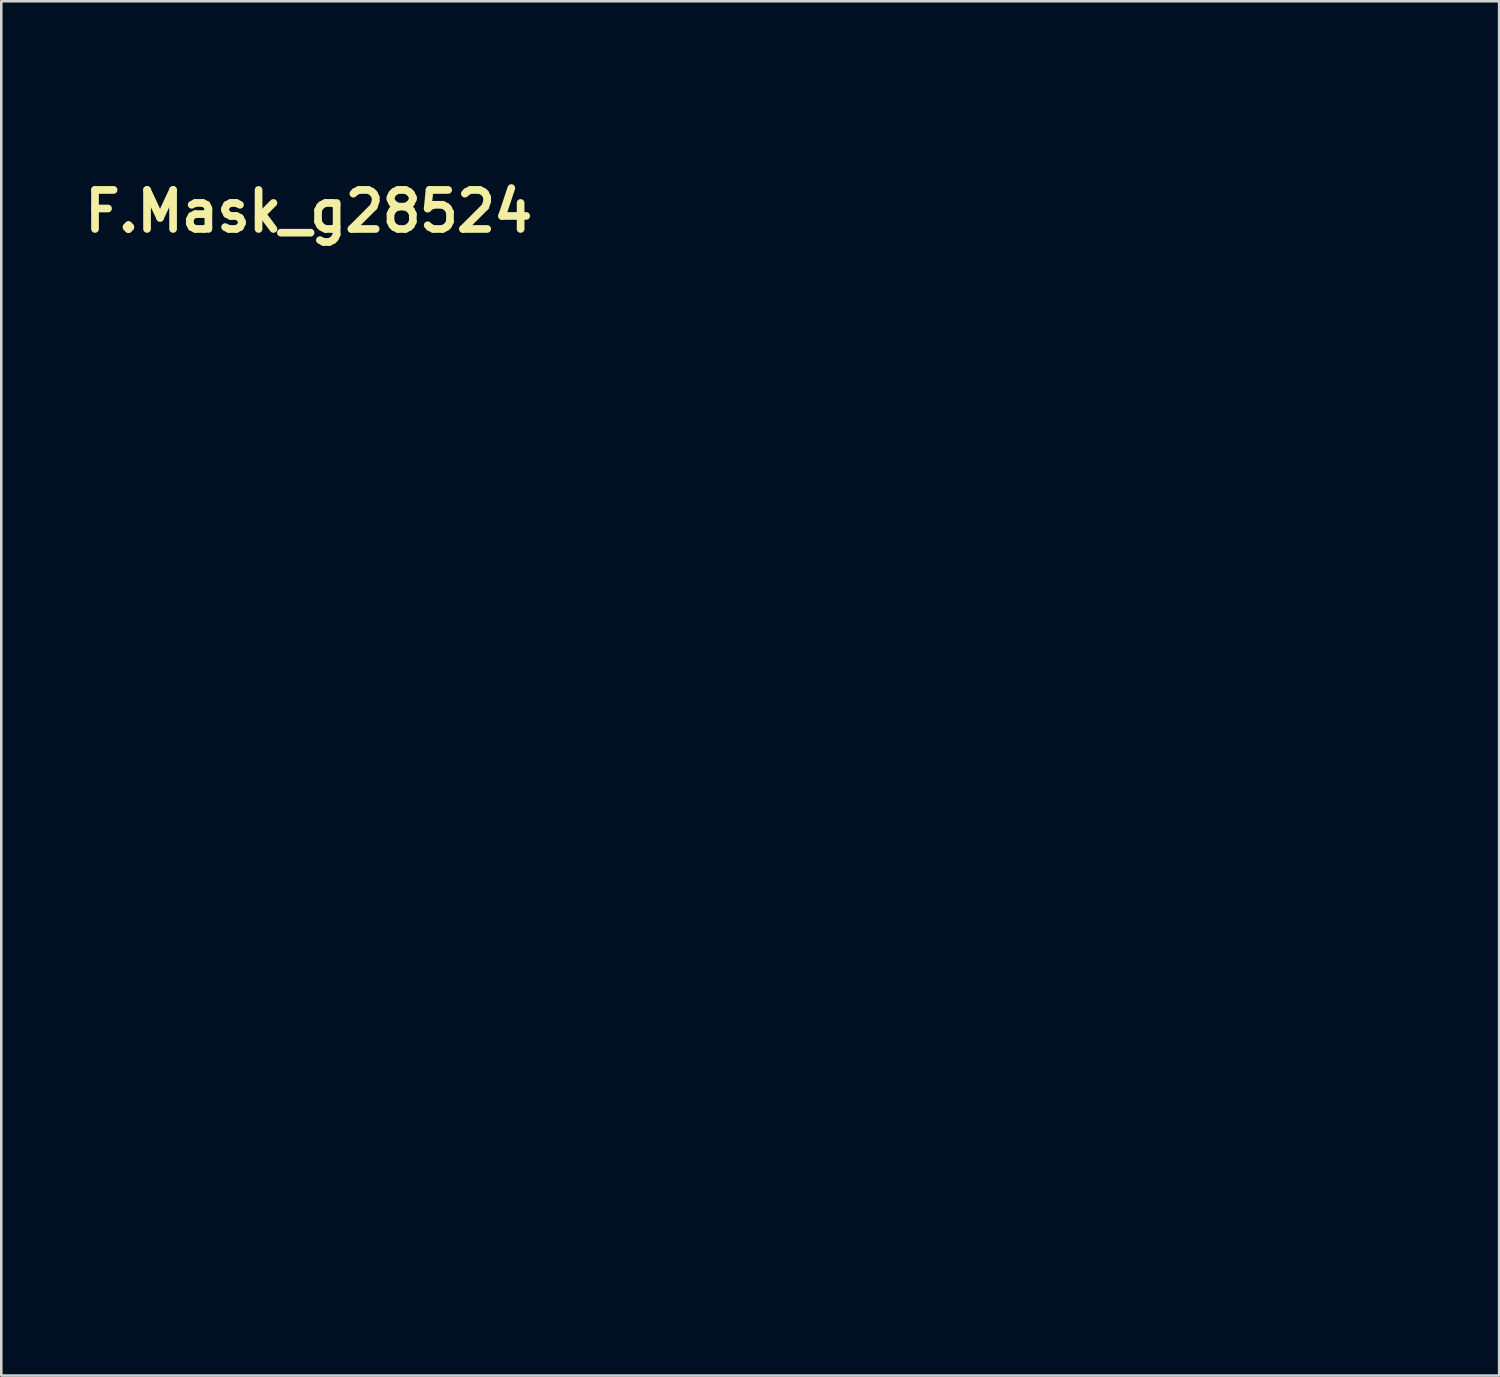
<source format=kicad_pcb>
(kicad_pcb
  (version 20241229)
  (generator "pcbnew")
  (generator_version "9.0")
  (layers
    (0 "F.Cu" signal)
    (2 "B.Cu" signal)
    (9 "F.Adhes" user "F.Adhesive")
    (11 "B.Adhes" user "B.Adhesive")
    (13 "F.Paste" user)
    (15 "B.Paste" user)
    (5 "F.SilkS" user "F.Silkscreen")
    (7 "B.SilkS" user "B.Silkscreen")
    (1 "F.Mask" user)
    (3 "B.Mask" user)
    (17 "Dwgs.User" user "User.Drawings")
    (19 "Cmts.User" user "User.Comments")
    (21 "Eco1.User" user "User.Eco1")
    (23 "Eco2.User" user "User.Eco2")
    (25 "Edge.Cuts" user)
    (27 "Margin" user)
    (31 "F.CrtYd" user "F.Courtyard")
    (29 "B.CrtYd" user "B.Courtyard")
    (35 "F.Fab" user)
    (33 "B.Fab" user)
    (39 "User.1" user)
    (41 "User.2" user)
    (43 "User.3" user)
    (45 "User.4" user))
  (footprint "F.Mask_g28524"
    (layer "F.Cu")
    (at 9.006 5.201)
    (property "Reference" "F.Mask_g28524" (at 0 0 0) (layer "F.SilkS") (effects (font (size 1.524 1.524) (thickness 0.3))))
    (attr through_hole)
    (fp_poly (pts (xy 40.063 12.781) (xy 40.375 12.859) (xy 40.673 12.976) (xy 40.89 13.092) (xy 41.205 13.301) (xy 41.485 13.535) (xy 41.73 13.794) (xy 41.942 14.078) (xy 42.121 14.387) (xy 42.266 14.723) (xy 42.303 14.828) (xy 42.376 15.066) (xy 42.434 15.303) (xy 42.477 15.548) (xy 42.509 15.811) (xy 42.53 16.1) (xy 42.538 16.32) (xy 42.539 16.75) (xy 42.517 17.198) (xy 42.473 17.667) (xy 42.405 18.158) (xy 42.313 18.676) (xy 42.198 19.22) (xy 42.058 19.796) (xy 41.955 20.182) (xy 41.871 20.481) (xy 41.792 20.747) (xy 41.714 20.988) (xy 41.634 21.214) (xy 41.549 21.432) (xy 41.456 21.652) (xy 41.351 21.881) (xy 41.231 22.129) (xy 41.221 22.151) (xy 40.989 22.599) (xy 40.728 23.063) (xy 40.444 23.535) (xy 40.14 24.007) (xy 39.824 24.472) (xy 39.499 24.92) (xy 39.172 25.344) (xy 38.988 25.569) (xy 38.857 25.725) (xy 38.706 25.9) (xy 38.538 26.093) (xy 38.354 26.302) (xy 38.156 26.524) (xy 37.946 26.757) (xy 37.726 27) (xy 37.498 27.251) (xy 37.263 27.507) (xy 37.024 27.767) (xy 36.783 28.028) (xy 36.54 28.289) (xy 36.299 28.548) (xy 36.061 28.802) (xy 35.827 29.05) (xy 35.6 29.29) (xy 35.382 29.519) (xy 35.174 29.736) (xy 34.979 29.939) (xy 34.797 30.125) (xy 34.632 30.293) (xy 34.484 30.441) (xy 34.357 30.566) (xy 34.25 30.667) (xy 34.168 30.742) (xy 34.11 30.788) (xy 34.089 30.802) (xy 33.999 30.823) (xy 33.947 30.818) (xy 33.907 30.81) (xy 33.873 30.797) (xy 33.839 30.775) (xy 33.8 30.739) (xy 33.75 30.684) (xy 33.685 30.605) (xy 33.602 30.501) (xy 33.421 30.267) (xy 33.221 30.001) (xy 33.007 29.705) (xy 32.78 29.384) (xy 32.544 29.042) (xy 32.301 28.682) (xy 32.265 28.628) (xy 32.046 28.293) (xy 31.854 27.986) (xy 31.686 27.7) (xy 31.542 27.432) (xy 31.419 27.178) (xy 31.316 26.931) (xy 31.232 26.688) (xy 31.164 26.444) (xy 31.111 26.194) (xy 31.071 25.934) (xy 31.043 25.659) (xy 31.024 25.365) (xy 31.017 25.157) (xy 31.014 24.987) (xy 31.014 24.783) (xy 31.016 24.553) (xy 31.021 24.305) (xy 31.028 24.046) (xy 31.037 23.785) (xy 31.048 23.529) (xy 31.06 23.287) (xy 31.073 23.067) (xy 31.074 23.05) (xy 31.103 22.707) (xy 31.141 22.392) (xy 31.192 22.093) (xy 31.257 21.798) (xy 31.338 21.494) (xy 31.371 21.384) (xy 31.589 20.719) (xy 31.836 20.066) (xy 32.109 19.427) (xy 32.407 18.805) (xy 32.729 18.202) (xy 33.074 17.62) (xy 33.44 17.059) (xy 33.825 16.523) (xy 34.228 16.013) (xy 34.647 15.532) (xy 35.082 15.081) (xy 35.53 14.661) (xy 35.991 14.276) (xy 36.462 13.927) (xy 36.942 13.615) (xy 37.43 13.344) (xy 37.458 13.329) (xy 37.877 13.134) (xy 38.279 12.977) (xy 38.666 12.859) (xy 39.038 12.781) (xy 39.394 12.742) (xy 39.736 12.742) (xy 40.063 12.781)) (stroke (width 0.01) (type solid)) (fill yes) (layer "F.Mask"))
    (fp_poly (pts (xy 39.836 -5.193) (xy 39.997 -5.185) (xy 40.138 -5.17) (xy 40.217 -5.156) (xy 40.532 -5.067) (xy 40.833 -4.938) (xy 41.116 -4.773) (xy 41.381 -4.571) (xy 41.624 -4.336) (xy 41.844 -4.067) (xy 41.995 -3.842) (xy 42.1 -3.65) (xy 42.204 -3.42) (xy 42.308 -3.153) (xy 42.411 -2.852) (xy 42.513 -2.52) (xy 42.612 -2.16) (xy 42.708 -1.775) (xy 42.801 -1.368) (xy 42.89 -0.942) (xy 42.975 -0.499) (xy 43.054 -0.042) (xy 43.128 0.425) (xy 43.195 0.9) (xy 43.256 1.38) (xy 43.309 1.862) (xy 43.354 2.343) (xy 43.391 2.821) (xy 43.412 3.175) (xy 43.426 3.438) (xy 43.438 3.662) (xy 43.448 3.851) (xy 43.456 4.009) (xy 43.462 4.139) (xy 43.467 4.245) (xy 43.471 4.331) (xy 43.474 4.4) (xy 43.475 4.455) (xy 43.476 4.501) (xy 43.476 4.541) (xy 43.476 4.542) (xy 43.476 4.692) (xy 42.889 5.156) (xy 42.417 5.528) (xy 41.976 5.875) (xy 41.565 6.198) (xy 41.182 6.499) (xy 40.825 6.779) (xy 40.492 7.039) (xy 40.181 7.281) (xy 39.891 7.506) (xy 39.621 7.716) (xy 39.367 7.912) (xy 39.129 8.094) (xy 38.905 8.265) (xy 38.693 8.427) (xy 38.491 8.579) (xy 38.298 8.724) (xy 38.185 8.809) (xy 37.788 9.102) (xy 37.422 9.367) (xy 37.086 9.606) (xy 36.779 9.818) (xy 36.5 10.004) (xy 36.248 10.166) (xy 36.023 10.302) (xy 35.822 10.415) (xy 35.646 10.504) (xy 35.494 10.57) (xy 35.456 10.584) (xy 35.338 10.624) (xy 35.189 10.668) (xy 35.021 10.714) (xy 34.846 10.758) (xy 34.675 10.799) (xy 34.52 10.832) (xy 34.438 10.847) (xy 34.323 10.863) (xy 34.18 10.876) (xy 34.021 10.885) (xy 33.857 10.891) (xy 33.699 10.892) (xy 33.557 10.889) (xy 33.443 10.882) (xy 33.414 10.878) (xy 33.086 10.814) (xy 32.78 10.714) (xy 32.493 10.578) (xy 32.222 10.405) (xy 31.966 10.192) (xy 31.827 10.053) (xy 31.598 9.783) (xy 31.394 9.479) (xy 31.217 9.145) (xy 31.066 8.782) (xy 30.943 8.391) (xy 30.848 7.975) (xy 30.816 7.785) (xy 30.797 7.627) (xy 30.782 7.438) (xy 30.772 7.226) (xy 30.767 7.004) (xy 30.766 6.78) (xy 30.771 6.566) (xy 30.781 6.371) (xy 30.794 6.223) (xy 30.856 5.707) (xy 30.922 5.227) (xy 30.994 4.778) (xy 31.072 4.353) (xy 31.158 3.947) (xy 31.253 3.555) (xy 31.359 3.169) (xy 31.476 2.785) (xy 31.57 2.5) (xy 31.764 1.971) (xy 31.985 1.445) (xy 32.228 0.93) (xy 32.49 0.433) (xy 32.766 -0.035) (xy 32.94 -0.303) (xy 33.221 -0.698) (xy 33.537 -1.102) (xy 33.885 -1.508) (xy 34.258 -1.914) (xy 34.653 -2.312) (xy 35.065 -2.699) (xy 35.489 -3.07) (xy 35.719 -3.259) (xy 36.102 -3.558) (xy 36.487 -3.838) (xy 36.869 -4.096) (xy 37.247 -4.331) (xy 37.616 -4.541) (xy 37.975 -4.726) (xy 38.319 -4.882) (xy 38.647 -5.01) (xy 38.956 -5.106) (xy 39.222 -5.167) (xy 39.346 -5.183) (xy 39.498 -5.193) (xy 39.666 -5.196) (xy 39.836 -5.193)) (stroke (width 0.01) (type solid)) (fill yes) (layer "F.Mask"))
    (fp_poly (pts (xy 28.734 -3.723) (xy 28.77 -3.68) (xy 28.795 -3.604) (xy 28.812 -3.51) (xy 28.818 -3.438) (xy 28.822 -3.329) (xy 28.825 -3.19) (xy 28.825 -3.025) (xy 28.824 -2.84) (xy 28.821 -2.642) (xy 28.817 -2.435) (xy 28.811 -2.226) (xy 28.803 -2.02) (xy 28.795 -1.823) (xy 28.785 -1.641) (xy 28.777 -1.513) (xy 28.734 -0.953) (xy 28.688 -0.429) (xy 28.637 0.062) (xy 28.58 0.526) (xy 28.517 0.968) (xy 28.446 1.392) (xy 28.367 1.805) (xy 28.278 2.209) (xy 28.179 2.612) (xy 28.069 3.018) (xy 27.946 3.431) (xy 27.81 3.857) (xy 27.663 4.292) (xy 27.477 4.806) (xy 27.271 5.33) (xy 27.049 5.858) (xy 26.815 6.381) (xy 26.572 6.893) (xy 26.324 7.385) (xy 26.073 7.85) (xy 25.833 8.266) (xy 25.575 8.681) (xy 25.294 9.102) (xy 24.995 9.525) (xy 24.68 9.947) (xy 24.353 10.363) (xy 24.016 10.772) (xy 23.673 11.168) (xy 23.326 11.549) (xy 22.979 11.911) (xy 22.635 12.251) (xy 22.297 12.565) (xy 21.968 12.85) (xy 21.651 13.101) (xy 21.445 13.251) (xy 21.156 13.435) (xy 20.857 13.592) (xy 20.555 13.719) (xy 20.258 13.812) (xy 20.066 13.854) (xy 19.976 13.866) (xy 19.852 13.876) (xy 19.7 13.885) (xy 19.53 13.891) (xy 19.347 13.896) (xy 19.16 13.899) (xy 18.977 13.899) (xy 18.805 13.897) (xy 18.652 13.893) (xy 18.526 13.885) (xy 18.521 13.885) (xy 18.321 13.867) (xy 18.157 13.847) (xy 18.02 13.823) (xy 17.903 13.794) (xy 17.8 13.757) (xy 17.702 13.71) (xy 17.603 13.651) (xy 17.561 13.624) (xy 17.338 13.45) (xy 17.131 13.239) (xy 16.942 12.991) (xy 16.772 12.709) (xy 16.62 12.394) (xy 16.489 12.046) (xy 16.377 11.668) (xy 16.286 11.26) (xy 16.217 10.825) (xy 16.202 10.7) (xy 16.171 10.321) (xy 16.157 9.912) (xy 16.16 9.483) (xy 16.18 9.042) (xy 16.216 8.598) (xy 16.268 8.159) (xy 16.334 7.734) (xy 16.415 7.332) (xy 16.448 7.195) (xy 16.518 6.927) (xy 16.597 6.66) (xy 16.688 6.389) (xy 16.791 6.11) (xy 16.909 5.817) (xy 17.045 5.504) (xy 17.199 5.166) (xy 17.375 4.798) (xy 17.376 4.794) (xy 17.738 4.089) (xy 18.119 3.419) (xy 18.521 2.785) (xy 18.947 2.184) (xy 19.396 1.615) (xy 19.871 1.075) (xy 20.373 0.564) (xy 20.904 0.079) (xy 21.465 -0.381) (xy 22.057 -0.817) (xy 22.682 -1.231) (xy 22.818 -1.316) (xy 23.064 -1.464) (xy 23.322 -1.614) (xy 23.584 -1.76) (xy 23.841 -1.898) (xy 24.086 -2.024) (xy 24.31 -2.134) (xy 24.464 -2.205) (xy 24.641 -2.282) (xy 24.843 -2.367) (xy 25.065 -2.458) (xy 25.304 -2.554) (xy 25.556 -2.654) (xy 25.819 -2.756) (xy 26.088 -2.86) (xy 26.36 -2.963) (xy 26.632 -3.066) (xy 26.901 -3.165) (xy 27.162 -3.261) (xy 27.413 -3.352) (xy 27.65 -3.436) (xy 27.87 -3.512) (xy 28.069 -3.58) (xy 28.243 -3.637) (xy 28.39 -3.683) (xy 28.506 -3.716) (xy 28.587 -3.735) (xy 28.609 -3.739) (xy 28.682 -3.741) (xy 28.734 -3.723)) (stroke (width 0.01) (type solid)) (fill yes) (layer "F.Mask"))
    (fp_poly (pts (xy 15.09 16.924) (xy 15.367 16.926) (xy 15.623 16.929) (xy 15.853 16.933) (xy 16.052 16.939) (xy 16.217 16.946) (xy 16.298 16.951) (xy 16.656 16.982) (xy 16.974 17.019) (xy 17.258 17.066) (xy 17.509 17.122) (xy 17.732 17.19) (xy 17.93 17.27) (xy 18.105 17.363) (xy 18.262 17.472) (xy 18.403 17.596) (xy 18.532 17.738) (xy 18.59 17.813) (xy 18.762 18.073) (xy 18.916 18.37) (xy 19.052 18.703) (xy 19.169 19.071) (xy 19.266 19.472) (xy 19.344 19.905) (xy 19.382 20.182) (xy 19.396 20.333) (xy 19.407 20.517) (xy 19.415 20.728) (xy 19.42 20.956) (xy 19.421 21.194) (xy 19.42 21.433) (xy 19.416 21.666) (xy 19.408 21.884) (xy 19.398 22.078) (xy 19.384 22.242) (xy 19.382 22.266) (xy 19.32 22.726) (xy 19.24 23.182) (xy 19.143 23.623) (xy 19.032 24.039) (xy 18.95 24.298) (xy 18.772 24.791) (xy 18.559 25.302) (xy 18.316 25.826) (xy 18.044 26.359) (xy 17.746 26.897) (xy 17.425 27.437) (xy 17.084 27.973) (xy 16.724 28.502) (xy 16.35 29.019) (xy 15.963 29.521) (xy 15.565 30.004) (xy 15.161 30.462) (xy 14.796 30.847) (xy 14.501 31.141) (xy 14.224 31.402) (xy 13.96 31.635) (xy 13.706 31.841) (xy 13.455 32.026) (xy 13.204 32.192) (xy 12.949 32.343) (xy 12.684 32.483) (xy 12.647 32.501) (xy 12.218 32.695) (xy 11.793 32.85) (xy 11.362 32.972) (xy 10.916 33.062) (xy 10.696 33.094) (xy 10.563 33.107) (xy 10.401 33.117) (xy 10.222 33.122) (xy 10.035 33.123) (xy 9.85 33.121) (xy 9.679 33.115) (xy 9.531 33.104) (xy 9.43 33.092) (xy 9.161 33.04) (xy 8.924 32.969) (xy 8.714 32.876) (xy 8.524 32.758) (xy 8.347 32.611) (xy 8.247 32.511) (xy 8.054 32.278) (xy 7.881 32.008) (xy 7.727 31.7) (xy 7.593 31.354) (xy 7.477 30.971) (xy 7.382 30.55) (xy 7.305 30.091) (xy 7.248 29.595) (xy 7.216 29.178) (xy 7.204 28.894) (xy 7.2 28.608) (xy 7.207 28.321) (xy 7.223 28.028) (xy 7.25 27.73) (xy 7.288 27.422) (xy 7.338 27.105) (xy 7.4 26.774) (xy 7.475 26.43) (xy 7.563 26.068) (xy 7.665 25.688) (xy 7.78 25.288) (xy 7.911 24.865) (xy 8.057 24.417) (xy 8.218 23.943) (xy 8.396 23.44) (xy 8.59 22.907) (xy 8.802 22.341) (xy 9.031 21.741) (xy 9.205 21.292) (xy 9.257 21.158) (xy 9.32 20.999) (xy 9.392 20.817) (xy 9.471 20.615) (xy 9.557 20.397) (xy 9.649 20.165) (xy 9.744 19.923) (xy 9.843 19.673) (xy 9.944 19.419) (xy 10.045 19.164) (xy 10.145 18.911) (xy 10.244 18.662) (xy 10.339 18.422) (xy 10.43 18.192) (xy 10.516 17.976) (xy 10.595 17.778) (xy 10.666 17.599) (xy 10.728 17.444) (xy 10.78 17.315) (xy 10.82 17.215) (xy 10.848 17.147) (xy 10.861 17.115) (xy 10.863 17.113) (xy 10.888 17.105) (xy 10.947 17.092) (xy 11.033 17.077) (xy 11.137 17.06) (xy 11.251 17.043) (xy 11.367 17.027) (xy 11.478 17.013) (xy 11.575 17.001) (xy 11.61 16.998) (xy 11.752 16.987) (xy 11.931 16.977) (xy 12.143 16.968) (xy 12.384 16.959) (xy 12.649 16.951) (xy 12.934 16.945) (xy 13.233 16.939) (xy 13.543 16.934) (xy 13.859 16.93) (xy 14.176 16.927) (xy 14.49 16.925) (xy 14.796 16.924) (xy 15.09 16.924)) (stroke (width 0.01) (type solid)) (fill yes) (layer "F.Mask"))
    (fp_poly (pts (xy 25.591 26.085) (xy 25.795 26.087) (xy 25.988 26.092) (xy 26.163 26.098) (xy 26.313 26.106) (xy 26.432 26.116) (xy 26.469 26.121) (xy 26.701 26.17) (xy 26.919 26.255) (xy 27.126 26.377) (xy 27.327 26.538) (xy 27.443 26.653) (xy 27.643 26.888) (xy 27.829 27.16) (xy 28 27.467) (xy 28.154 27.804) (xy 28.29 28.169) (xy 28.405 28.559) (xy 28.446 28.723) (xy 28.489 28.909) (xy 28.522 29.074) (xy 28.546 29.227) (xy 28.564 29.379) (xy 28.575 29.539) (xy 28.582 29.718) (xy 28.584 29.926) (xy 28.584 30.014) (xy 28.573 30.446) (xy 28.541 30.876) (xy 28.486 31.312) (xy 28.408 31.76) (xy 28.306 32.226) (xy 28.178 32.717) (xy 28.14 32.851) (xy 27.927 33.532) (xy 27.684 34.21) (xy 27.411 34.88) (xy 27.113 35.538) (xy 26.789 36.179) (xy 26.444 36.799) (xy 26.079 37.393) (xy 25.697 37.957) (xy 25.299 38.487) (xy 25.115 38.714) (xy 24.929 38.933) (xy 24.723 39.165) (xy 24.503 39.406) (xy 24.273 39.649) (xy 24.041 39.89) (xy 23.811 40.121) (xy 23.588 40.338) (xy 23.38 40.534) (xy 23.19 40.704) (xy 23.156 40.733) (xy 22.718 41.09) (xy 22.284 41.406) (xy 21.853 41.68) (xy 21.427 41.914) (xy 21.006 42.107) (xy 20.589 42.258) (xy 20.178 42.367) (xy 19.772 42.435) (xy 19.744 42.438) (xy 19.638 42.446) (xy 19.505 42.452) (xy 19.354 42.456) (xy 19.195 42.457) (xy 19.039 42.456) (xy 18.895 42.452) (xy 18.773 42.446) (xy 18.683 42.438) (xy 18.68 42.437) (xy 18.484 42.396) (xy 18.269 42.325) (xy 18.041 42.229) (xy 17.943 42.181) (xy 17.824 42.118) (xy 17.673 42.033) (xy 17.495 41.93) (xy 17.294 41.811) (xy 17.072 41.678) (xy 16.835 41.533) (xy 16.586 41.379) (xy 16.329 41.219) (xy 16.069 41.053) (xy 16.002 41.011) (xy 15.689 40.811) (xy 15.397 40.625) (xy 15.128 40.454) (xy 14.884 40.299) (xy 14.666 40.162) (xy 14.477 40.043) (xy 14.318 39.944) (xy 14.19 39.865) (xy 14.097 39.808) (xy 14.092 39.806) (xy 13.887 39.683) (xy 13.921 39.616) (xy 13.94 39.579) (xy 13.979 39.506) (xy 14.034 39.402) (xy 14.104 39.27) (xy 14.189 39.112) (xy 14.285 38.931) (xy 14.393 38.73) (xy 14.509 38.511) (xy 14.633 38.279) (xy 14.763 38.036) (xy 14.898 37.783) (xy 15.036 37.526) (xy 15.175 37.266) (xy 15.314 37.006) (xy 15.452 36.749) (xy 15.586 36.498) (xy 15.715 36.257) (xy 15.839 36.027) (xy 15.954 35.811) (xy 15.987 35.751) (xy 16.293 35.18) (xy 16.582 34.645) (xy 16.853 34.145) (xy 17.109 33.677) (xy 17.349 33.24) (xy 17.575 32.833) (xy 17.789 32.453) (xy 17.99 32.1) (xy 18.181 31.77) (xy 18.362 31.463) (xy 18.534 31.178) (xy 18.699 30.911) (xy 18.858 30.662) (xy 19.01 30.429) (xy 19.159 30.211) (xy 19.304 30.005) (xy 19.447 29.81) (xy 19.588 29.624) (xy 19.73 29.446) (xy 19.872 29.274) (xy 20.016 29.106) (xy 20.164 28.94) (xy 20.315 28.776) (xy 20.471 28.611) (xy 20.626 28.451) (xy 20.927 28.151) (xy 21.21 27.883) (xy 21.481 27.642) (xy 21.747 27.424) (xy 22.013 27.225) (xy 22.283 27.041) (xy 22.565 26.867) (xy 22.863 26.7) (xy 23.125 26.563) (xy 23.343 26.455) (xy 23.533 26.365) (xy 23.702 26.293) (xy 23.857 26.236) (xy 24.007 26.192) (xy 24.158 26.158) (xy 24.319 26.134) (xy 24.497 26.116) (xy 24.701 26.102) (xy 24.818 26.096) (xy 24.991 26.09) (xy 25.182 26.086) (xy 25.385 26.084) (xy 25.591 26.085)) (stroke (width 0.01) (type solid)) (fill yes) (layer "F.Mask")))
  (gr_rect
    (start -3 -3)
    (end 55.488 50.663)
    (stroke (width 0.1) (type default))
    (fill no)
    (layer "Edge.Cuts")))
</source>
